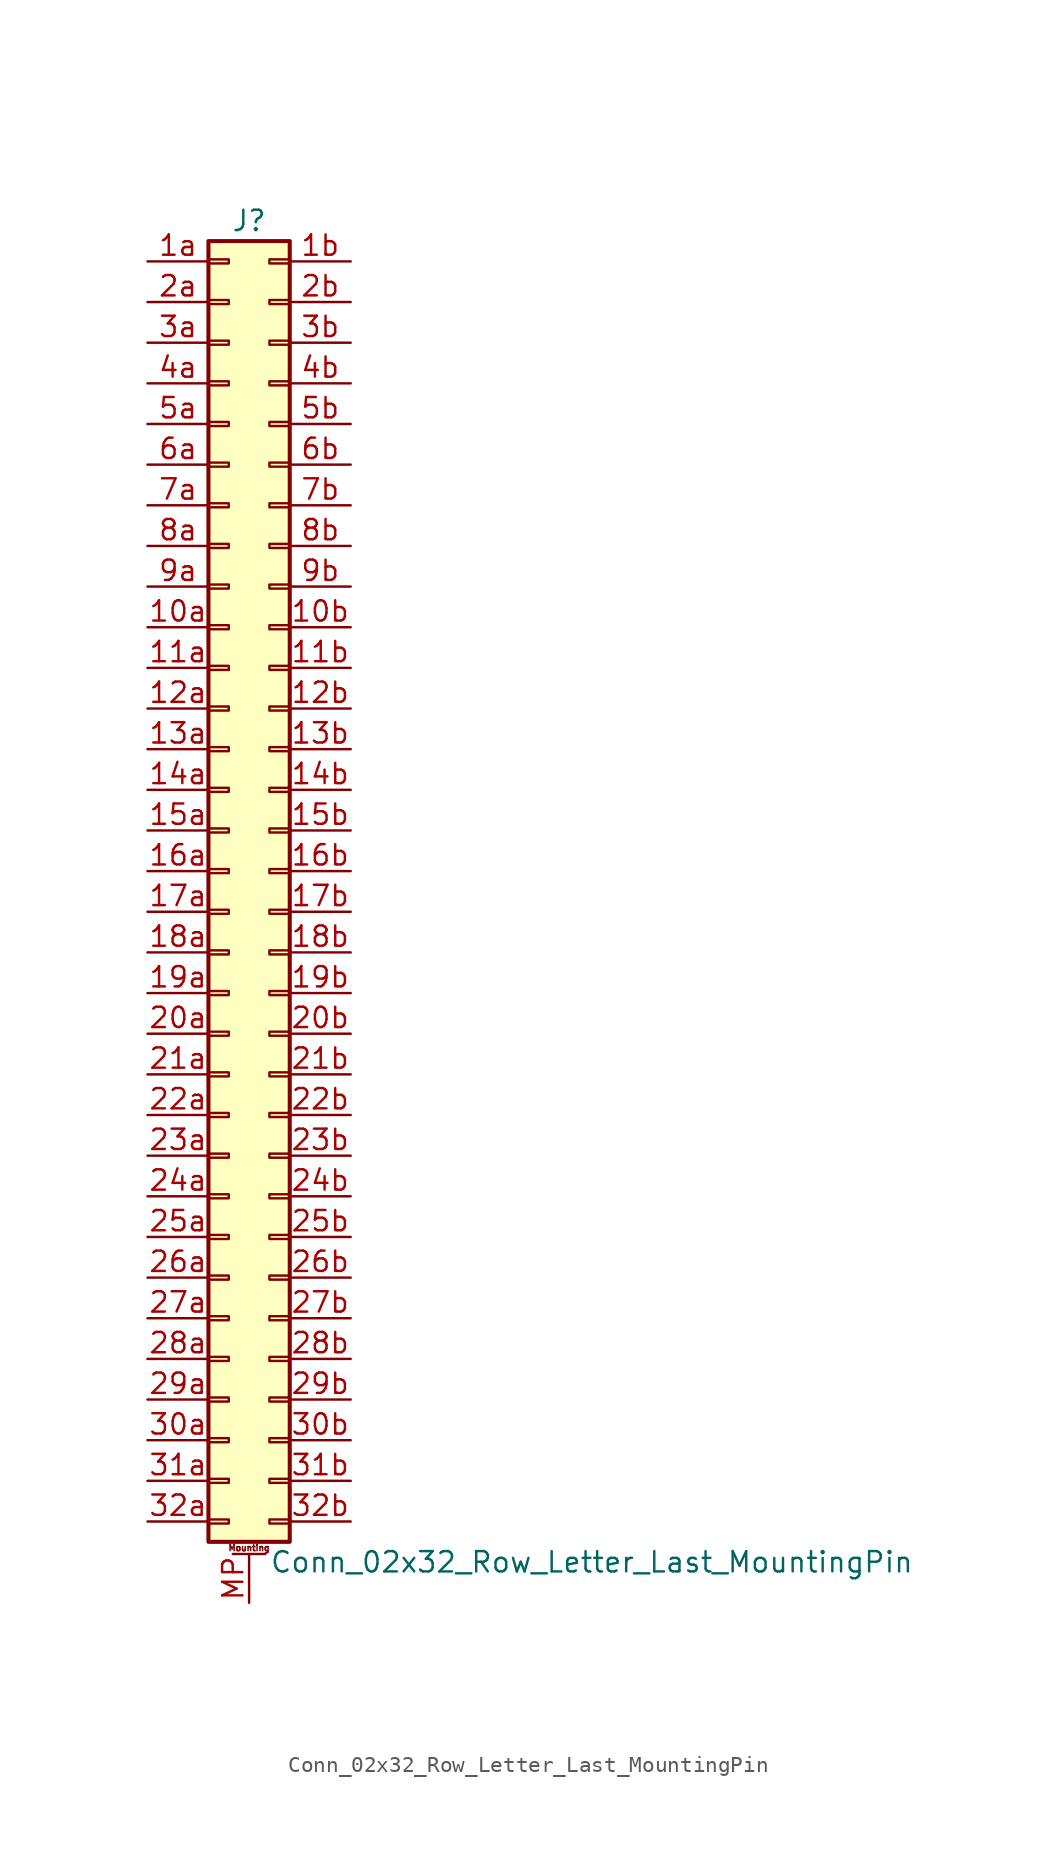
<source format=kicad_sym>
(kicad_symbol_lib
  (version 20211014)
  (generator kicad_symbol_editor)
  (symbol "Conn_02x32_Row_Letter_Last_MountingPin"
    (pin_names
      (offset 1.016) hide)
    (property "Reference" "J"
      (at 1.27 40.64 0)
      (effects (font (size 1.27 1.27))))
    (property "Value" "Conn_02x32_Row_Letter_Last_MountingPin"
      (at 2.54 -43.18 0)
      (effects (font (size 1.27 1.27)) (justify left)))
    (symbol "Conn_02x32_Row_Letter_Last_MountingPin_1_1"
      (rectangle (start -1.27 -40.513) (end 0 -40.767) (stroke (width 0.152) (type default) (color 0 0 0 0)) (fill (type none)))
      (rectangle (start -1.27 -37.973) (end 0 -38.227) (stroke (width 0.152) (type default) (color 0 0 0 0)) (fill (type none)))
      (rectangle (start -1.27 -35.433) (end 0 -35.687) (stroke (width 0.152) (type default) (color 0 0 0 0)) (fill (type none)))
      (rectangle (start -1.27 -32.893) (end 0 -33.147) (stroke (width 0.152) (type default) (color 0 0 0 0)) (fill (type none)))
      (rectangle (start -1.27 -30.353) (end 0 -30.607) (stroke (width 0.152) (type default) (color 0 0 0 0)) (fill (type none)))
      (rectangle (start -1.27 -27.813) (end 0 -28.067) (stroke (width 0.152) (type default) (color 0 0 0 0)) (fill (type none)))
      (rectangle (start -1.27 -25.273) (end 0 -25.527) (stroke (width 0.152) (type default) (color 0 0 0 0)) (fill (type none)))
      (rectangle (start -1.27 -22.733) (end 0 -22.987) (stroke (width 0.152) (type default) (color 0 0 0 0)) (fill (type none)))
      (rectangle (start -1.27 -20.193) (end 0 -20.447) (stroke (width 0.152) (type default) (color 0 0 0 0)) (fill (type none)))
      (rectangle (start -1.27 -17.653) (end 0 -17.907) (stroke (width 0.152) (type default) (color 0 0 0 0)) (fill (type none)))
      (rectangle (start -1.27 -15.113) (end 0 -15.367) (stroke (width 0.152) (type default) (color 0 0 0 0)) (fill (type none)))
      (rectangle (start -1.27 -12.573) (end 0 -12.827) (stroke (width 0.152) (type default) (color 0 0 0 0)) (fill (type none)))
      (rectangle (start -1.27 -10.033) (end 0 -10.287) (stroke (width 0.152) (type default) (color 0 0 0 0)) (fill (type none)))
      (rectangle (start -1.27 -7.493) (end 0 -7.747) (stroke (width 0.152) (type default) (color 0 0 0 0)) (fill (type none)))
      (rectangle (start -1.27 -4.953) (end 0 -5.207) (stroke (width 0.152) (type default) (color 0 0 0 0)) (fill (type none)))
      (rectangle (start -1.27 -2.413) (end 0 -2.667) (stroke (width 0.152) (type default) (color 0 0 0 0)) (fill (type none)))
      (rectangle (start -1.27 0.127) (end 0 -0.127) (stroke (width 0.152) (type default) (color 0 0 0 0)) (fill (type none)))
      (rectangle (start -1.27 2.667) (end 0 2.413) (stroke (width 0.152) (type default) (color 0 0 0 0)) (fill (type none)))
      (rectangle (start -1.27 5.207) (end 0 4.953) (stroke (width 0.152) (type default) (color 0 0 0 0)) (fill (type none)))
      (rectangle (start -1.27 7.747) (end 0 7.493) (stroke (width 0.152) (type default) (color 0 0 0 0)) (fill (type none)))
      (rectangle (start -1.27 10.287) (end 0 10.033) (stroke (width 0.152) (type default) (color 0 0 0 0)) (fill (type none)))
      (rectangle (start -1.27 12.827) (end 0 12.573) (stroke (width 0.152) (type default) (color 0 0 0 0)) (fill (type none)))
      (rectangle (start -1.27 15.367) (end 0 15.113) (stroke (width 0.152) (type default) (color 0 0 0 0)) (fill (type none)))
      (rectangle (start -1.27 17.907) (end 0 17.653) (stroke (width 0.152) (type default) (color 0 0 0 0)) (fill (type none)))
      (rectangle (start -1.27 20.447) (end 0 20.193) (stroke (width 0.152) (type default) (color 0 0 0 0)) (fill (type none)))
      (rectangle (start -1.27 22.987) (end 0 22.733) (stroke (width 0.152) (type default) (color 0 0 0 0)) (fill (type none)))
      (rectangle (start -1.27 25.527) (end 0 25.273) (stroke (width 0.152) (type default) (color 0 0 0 0)) (fill (type none)))
      (rectangle (start -1.27 28.067) (end 0 27.813) (stroke (width 0.152) (type default) (color 0 0 0 0)) (fill (type none)))
      (rectangle (start -1.27 30.607) (end 0 30.353) (stroke (width 0.152) (type default) (color 0 0 0 0)) (fill (type none)))
      (rectangle (start -1.27 33.147) (end 0 32.893) (stroke (width 0.152) (type default) (color 0 0 0 0)) (fill (type none)))
      (rectangle (start -1.27 35.687) (end 0 35.433) (stroke (width 0.152) (type default) (color 0 0 0 0)) (fill (type none)))
      (rectangle (start -1.27 38.227) (end 0 37.973) (stroke (width 0.152) (type default) (color 0 0 0 0)) (fill (type none)))
      (rectangle (start -1.27 39.37) (end 3.81 -41.91) (stroke (width 0.254) (type default) (color 0 0 0 0)) (fill (type background)))
      (polyline (pts (xy 0.254 -42.672) (xy 2.286 -42.672)) (stroke (width 0.152) (type default) (color 0 0 0 0)) (fill (type none)))
      (rectangle (start 3.81 -40.513) (end 2.54 -40.767) (stroke (width 0.152) (type default) (color 0 0 0 0)) (fill (type none)))
      (rectangle (start 3.81 -37.973) (end 2.54 -38.227) (stroke (width 0.152) (type default) (color 0 0 0 0)) (fill (type none)))
      (rectangle (start 3.81 -35.433) (end 2.54 -35.687) (stroke (width 0.152) (type default) (color 0 0 0 0)) (fill (type none)))
      (rectangle (start 3.81 -32.893) (end 2.54 -33.147) (stroke (width 0.152) (type default) (color 0 0 0 0)) (fill (type none)))
      (rectangle (start 3.81 -30.353) (end 2.54 -30.607) (stroke (width 0.152) (type default) (color 0 0 0 0)) (fill (type none)))
      (rectangle (start 3.81 -27.813) (end 2.54 -28.067) (stroke (width 0.152) (type default) (color 0 0 0 0)) (fill (type none)))
      (rectangle (start 3.81 -25.273) (end 2.54 -25.527) (stroke (width 0.152) (type default) (color 0 0 0 0)) (fill (type none)))
      (rectangle (start 3.81 -22.733) (end 2.54 -22.987) (stroke (width 0.152) (type default) (color 0 0 0 0)) (fill (type none)))
      (rectangle (start 3.81 -20.193) (end 2.54 -20.447) (stroke (width 0.152) (type default) (color 0 0 0 0)) (fill (type none)))
      (rectangle (start 3.81 -17.653) (end 2.54 -17.907) (stroke (width 0.152) (type default) (color 0 0 0 0)) (fill (type none)))
      (rectangle (start 3.81 -15.113) (end 2.54 -15.367) (stroke (width 0.152) (type default) (color 0 0 0 0)) (fill (type none)))
      (rectangle (start 3.81 -12.573) (end 2.54 -12.827) (stroke (width 0.152) (type default) (color 0 0 0 0)) (fill (type none)))
      (rectangle (start 3.81 -10.033) (end 2.54 -10.287) (stroke (width 0.152) (type default) (color 0 0 0 0)) (fill (type none)))
      (rectangle (start 3.81 -7.493) (end 2.54 -7.747) (stroke (width 0.152) (type default) (color 0 0 0 0)) (fill (type none)))
      (rectangle (start 3.81 -4.953) (end 2.54 -5.207) (stroke (width 0.152) (type default) (color 0 0 0 0)) (fill (type none)))
      (rectangle (start 3.81 -2.413) (end 2.54 -2.667) (stroke (width 0.152) (type default) (color 0 0 0 0)) (fill (type none)))
      (rectangle (start 3.81 0.127) (end 2.54 -0.127) (stroke (width 0.152) (type default) (color 0 0 0 0)) (fill (type none)))
      (rectangle (start 3.81 2.667) (end 2.54 2.413) (stroke (width 0.152) (type default) (color 0 0 0 0)) (fill (type none)))
      (rectangle (start 3.81 5.207) (end 2.54 4.953) (stroke (width 0.152) (type default) (color 0 0 0 0)) (fill (type none)))
      (rectangle (start 3.81 7.747) (end 2.54 7.493) (stroke (width 0.152) (type default) (color 0 0 0 0)) (fill (type none)))
      (rectangle (start 3.81 10.287) (end 2.54 10.033) (stroke (width 0.152) (type default) (color 0 0 0 0)) (fill (type none)))
      (rectangle (start 3.81 12.827) (end 2.54 12.573) (stroke (width 0.152) (type default) (color 0 0 0 0)) (fill (type none)))
      (rectangle (start 3.81 15.367) (end 2.54 15.113) (stroke (width 0.152) (type default) (color 0 0 0 0)) (fill (type none)))
      (rectangle (start 3.81 17.907) (end 2.54 17.653) (stroke (width 0.152) (type default) (color 0 0 0 0)) (fill (type none)))
      (rectangle (start 3.81 20.447) (end 2.54 20.193) (stroke (width 0.152) (type default) (color 0 0 0 0)) (fill (type none)))
      (rectangle (start 3.81 22.987) (end 2.54 22.733) (stroke (width 0.152) (type default) (color 0 0 0 0)) (fill (type none)))
      (rectangle (start 3.81 25.527) (end 2.54 25.273) (stroke (width 0.152) (type default) (color 0 0 0 0)) (fill (type none)))
      (rectangle (start 3.81 28.067) (end 2.54 27.813) (stroke (width 0.152) (type default) (color 0 0 0 0)) (fill (type none)))
      (rectangle (start 3.81 30.607) (end 2.54 30.353) (stroke (width 0.152) (type default) (color 0 0 0 0)) (fill (type none)))
      (rectangle (start 3.81 33.147) (end 2.54 32.893) (stroke (width 0.152) (type default) (color 0 0 0 0)) (fill (type none)))
      (rectangle (start 3.81 35.687) (end 2.54 35.433) (stroke (width 0.152) (type default) (color 0 0 0 0)) (fill (type none)))
      (rectangle (start 3.81 38.227) (end 2.54 37.973) (stroke (width 0.152) (type default) (color 0 0 0 0)) (fill (type none)))
      (text "Mounting" (at 1.27 -42.291 0) (effects (font (size 0.381 0.381))))
      (pin passive line (at -5.08 15.24 0) (length 3.81) (name "Pin_10a" (effects (font (size 1.27 1.27)))) (number "10a" (effects (font (size 1.27 1.27)))))
      (pin passive line (at 7.62 15.24 180) (length 3.81) (name "Pin_10b" (effects (font (size 1.27 1.27)))) (number "10b" (effects (font (size 1.27 1.27)))))
      (pin passive line (at -5.08 12.7 0) (length 3.81) (name "Pin_11a" (effects (font (size 1.27 1.27)))) (number "11a" (effects (font (size 1.27 1.27)))))
      (pin passive line (at 7.62 12.7 180) (length 3.81) (name "Pin_11b" (effects (font (size 1.27 1.27)))) (number "11b" (effects (font (size 1.27 1.27)))))
      (pin passive line (at -5.08 10.16 0) (length 3.81) (name "Pin_12a" (effects (font (size 1.27 1.27)))) (number "12a" (effects (font (size 1.27 1.27)))))
      (pin passive line (at 7.62 10.16 180) (length 3.81) (name "Pin_12b" (effects (font (size 1.27 1.27)))) (number "12b" (effects (font (size 1.27 1.27)))))
      (pin passive line (at -5.08 7.62 0) (length 3.81) (name "Pin_13a" (effects (font (size 1.27 1.27)))) (number "13a" (effects (font (size 1.27 1.27)))))
      (pin passive line (at 7.62 7.62 180) (length 3.81) (name "Pin_13b" (effects (font (size 1.27 1.27)))) (number "13b" (effects (font (size 1.27 1.27)))))
      (pin passive line (at -5.08 5.08 0) (length 3.81) (name "Pin_14a" (effects (font (size 1.27 1.27)))) (number "14a" (effects (font (size 1.27 1.27)))))
      (pin passive line (at 7.62 5.08 180) (length 3.81) (name "Pin_14b" (effects (font (size 1.27 1.27)))) (number "14b" (effects (font (size 1.27 1.27)))))
      (pin passive line (at -5.08 2.54 0) (length 3.81) (name "Pin_15a" (effects (font (size 1.27 1.27)))) (number "15a" (effects (font (size 1.27 1.27)))))
      (pin passive line (at 7.62 2.54 180) (length 3.81) (name "Pin_15b" (effects (font (size 1.27 1.27)))) (number "15b" (effects (font (size 1.27 1.27)))))
      (pin passive line (at -5.08 0 0) (length 3.81) (name "Pin_16a" (effects (font (size 1.27 1.27)))) (number "16a" (effects (font (size 1.27 1.27)))))
      (pin passive line (at 7.62 0 180) (length 3.81) (name "Pin_16b" (effects (font (size 1.27 1.27)))) (number "16b" (effects (font (size 1.27 1.27)))))
      (pin passive line (at -5.08 -2.54 0) (length 3.81) (name "Pin_17a" (effects (font (size 1.27 1.27)))) (number "17a" (effects (font (size 1.27 1.27)))))
      (pin passive line (at 7.62 -2.54 180) (length 3.81) (name "Pin_17b" (effects (font (size 1.27 1.27)))) (number "17b" (effects (font (size 1.27 1.27)))))
      (pin passive line (at -5.08 -5.08 0) (length 3.81) (name "Pin_18a" (effects (font (size 1.27 1.27)))) (number "18a" (effects (font (size 1.27 1.27)))))
      (pin passive line (at 7.62 -5.08 180) (length 3.81) (name "Pin_18b" (effects (font (size 1.27 1.27)))) (number "18b" (effects (font (size 1.27 1.27)))))
      (pin passive line (at -5.08 -7.62 0) (length 3.81) (name "Pin_19a" (effects (font (size 1.27 1.27)))) (number "19a" (effects (font (size 1.27 1.27)))))
      (pin passive line (at 7.62 -7.62 180) (length 3.81) (name "Pin_19b" (effects (font (size 1.27 1.27)))) (number "19b" (effects (font (size 1.27 1.27)))))
      (pin passive line (at -5.08 38.1 0) (length 3.81) (name "Pin_1a" (effects (font (size 1.27 1.27)))) (number "1a" (effects (font (size 1.27 1.27)))))
      (pin passive line (at 7.62 38.1 180) (length 3.81) (name "Pin_1b" (effects (font (size 1.27 1.27)))) (number "1b" (effects (font (size 1.27 1.27)))))
      (pin passive line (at -5.08 -10.16 0) (length 3.81) (name "Pin_20a" (effects (font (size 1.27 1.27)))) (number "20a" (effects (font (size 1.27 1.27)))))
      (pin passive line (at 7.62 -10.16 180) (length 3.81) (name "Pin_20b" (effects (font (size 1.27 1.27)))) (number "20b" (effects (font (size 1.27 1.27)))))
      (pin passive line (at -5.08 -12.7 0) (length 3.81) (name "Pin_21a" (effects (font (size 1.27 1.27)))) (number "21a" (effects (font (size 1.27 1.27)))))
      (pin passive line (at 7.62 -12.7 180) (length 3.81) (name "Pin_21b" (effects (font (size 1.27 1.27)))) (number "21b" (effects (font (size 1.27 1.27)))))
      (pin passive line (at -5.08 -15.24 0) (length 3.81) (name "Pin_22a" (effects (font (size 1.27 1.27)))) (number "22a" (effects (font (size 1.27 1.27)))))
      (pin passive line (at 7.62 -15.24 180) (length 3.81) (name "Pin_22b" (effects (font (size 1.27 1.27)))) (number "22b" (effects (font (size 1.27 1.27)))))
      (pin passive line (at -5.08 -17.78 0) (length 3.81) (name "Pin_23a" (effects (font (size 1.27 1.27)))) (number "23a" (effects (font (size 1.27 1.27)))))
      (pin passive line (at 7.62 -17.78 180) (length 3.81) (name "Pin_23b" (effects (font (size 1.27 1.27)))) (number "23b" (effects (font (size 1.27 1.27)))))
      (pin passive line (at -5.08 -20.32 0) (length 3.81) (name "Pin_24a" (effects (font (size 1.27 1.27)))) (number "24a" (effects (font (size 1.27 1.27)))))
      (pin passive line (at 7.62 -20.32 180) (length 3.81) (name "Pin_24b" (effects (font (size 1.27 1.27)))) (number "24b" (effects (font (size 1.27 1.27)))))
      (pin passive line (at -5.08 -22.86 0) (length 3.81) (name "Pin_25a" (effects (font (size 1.27 1.27)))) (number "25a" (effects (font (size 1.27 1.27)))))
      (pin passive line (at 7.62 -22.86 180) (length 3.81) (name "Pin_25b" (effects (font (size 1.27 1.27)))) (number "25b" (effects (font (size 1.27 1.27)))))
      (pin passive line (at -5.08 -25.4 0) (length 3.81) (name "Pin_26a" (effects (font (size 1.27 1.27)))) (number "26a" (effects (font (size 1.27 1.27)))))
      (pin passive line (at 7.62 -25.4 180) (length 3.81) (name "Pin_26b" (effects (font (size 1.27 1.27)))) (number "26b" (effects (font (size 1.27 1.27)))))
      (pin passive line (at -5.08 -27.94 0) (length 3.81) (name "Pin_27a" (effects (font (size 1.27 1.27)))) (number "27a" (effects (font (size 1.27 1.27)))))
      (pin passive line (at 7.62 -27.94 180) (length 3.81) (name "Pin_27b" (effects (font (size 1.27 1.27)))) (number "27b" (effects (font (size 1.27 1.27)))))
      (pin passive line (at -5.08 -30.48 0) (length 3.81) (name "Pin_28a" (effects (font (size 1.27 1.27)))) (number "28a" (effects (font (size 1.27 1.27)))))
      (pin passive line (at 7.62 -30.48 180) (length 3.81) (name "Pin_28b" (effects (font (size 1.27 1.27)))) (number "28b" (effects (font (size 1.27 1.27)))))
      (pin passive line (at -5.08 -33.02 0) (length 3.81) (name "Pin_29a" (effects (font (size 1.27 1.27)))) (number "29a" (effects (font (size 1.27 1.27)))))
      (pin passive line (at 7.62 -33.02 180) (length 3.81) (name "Pin_29b" (effects (font (size 1.27 1.27)))) (number "29b" (effects (font (size 1.27 1.27)))))
      (pin passive line (at -5.08 35.56 0) (length 3.81) (name "Pin_2a" (effects (font (size 1.27 1.27)))) (number "2a" (effects (font (size 1.27 1.27)))))
      (pin passive line (at 7.62 35.56 180) (length 3.81) (name "Pin_2b" (effects (font (size 1.27 1.27)))) (number "2b" (effects (font (size 1.27 1.27)))))
      (pin passive line (at -5.08 -35.56 0) (length 3.81) (name "Pin_30a" (effects (font (size 1.27 1.27)))) (number "30a" (effects (font (size 1.27 1.27)))))
      (pin passive line (at 7.62 -35.56 180) (length 3.81) (name "Pin_30b" (effects (font (size 1.27 1.27)))) (number "30b" (effects (font (size 1.27 1.27)))))
      (pin passive line (at -5.08 -38.1 0) (length 3.81) (name "Pin_31a" (effects (font (size 1.27 1.27)))) (number "31a" (effects (font (size 1.27 1.27)))))
      (pin passive line (at 7.62 -38.1 180) (length 3.81) (name "Pin_31b" (effects (font (size 1.27 1.27)))) (number "31b" (effects (font (size 1.27 1.27)))))
      (pin passive line (at -5.08 -40.64 0) (length 3.81) (name "Pin_32a" (effects (font (size 1.27 1.27)))) (number "32a" (effects (font (size 1.27 1.27)))))
      (pin passive line (at 7.62 -40.64 180) (length 3.81) (name "Pin_32b" (effects (font (size 1.27 1.27)))) (number "32b" (effects (font (size 1.27 1.27)))))
      (pin passive line (at -5.08 33.02 0) (length 3.81) (name "Pin_3a" (effects (font (size 1.27 1.27)))) (number "3a" (effects (font (size 1.27 1.27)))))
      (pin passive line (at 7.62 33.02 180) (length 3.81) (name "Pin_3b" (effects (font (size 1.27 1.27)))) (number "3b" (effects (font (size 1.27 1.27)))))
      (pin passive line (at -5.08 30.48 0) (length 3.81) (name "Pin_4a" (effects (font (size 1.27 1.27)))) (number "4a" (effects (font (size 1.27 1.27)))))
      (pin passive line (at 7.62 30.48 180) (length 3.81) (name "Pin_4b" (effects (font (size 1.27 1.27)))) (number "4b" (effects (font (size 1.27 1.27)))))
      (pin passive line (at -5.08 27.94 0) (length 3.81) (name "Pin_5a" (effects (font (size 1.27 1.27)))) (number "5a" (effects (font (size 1.27 1.27)))))
      (pin passive line (at 7.62 27.94 180) (length 3.81) (name "Pin_5b" (effects (font (size 1.27 1.27)))) (number "5b" (effects (font (size 1.27 1.27)))))
      (pin passive line (at -5.08 25.4 0) (length 3.81) (name "Pin_6a" (effects (font (size 1.27 1.27)))) (number "6a" (effects (font (size 1.27 1.27)))))
      (pin passive line (at 7.62 25.4 180) (length 3.81) (name "Pin_6b" (effects (font (size 1.27 1.27)))) (number "6b" (effects (font (size 1.27 1.27)))))
      (pin passive line (at -5.08 22.86 0) (length 3.81) (name "Pin_7a" (effects (font (size 1.27 1.27)))) (number "7a" (effects (font (size 1.27 1.27)))))
      (pin passive line (at 7.62 22.86 180) (length 3.81) (name "Pin_7b" (effects (font (size 1.27 1.27)))) (number "7b" (effects (font (size 1.27 1.27)))))
      (pin passive line (at -5.08 20.32 0) (length 3.81) (name "Pin_8a" (effects (font (size 1.27 1.27)))) (number "8a" (effects (font (size 1.27 1.27)))))
      (pin passive line (at 7.62 20.32 180) (length 3.81) (name "Pin_8b" (effects (font (size 1.27 1.27)))) (number "8b" (effects (font (size 1.27 1.27)))))
      (pin passive line (at -5.08 17.78 0) (length 3.81) (name "Pin_9a" (effects (font (size 1.27 1.27)))) (number "9a" (effects (font (size 1.27 1.27)))))
      (pin passive line (at 7.62 17.78 180) (length 3.81) (name "Pin_9b" (effects (font (size 1.27 1.27)))) (number "9b" (effects (font (size 1.27 1.27)))))
      (pin passive line (at 1.27 -45.72 90) (length 3.048) (name "MountPin" (effects (font (size 1.27 1.27)))) (number "MP" (effects (font (size 1.27 1.27))))))))
</source>
